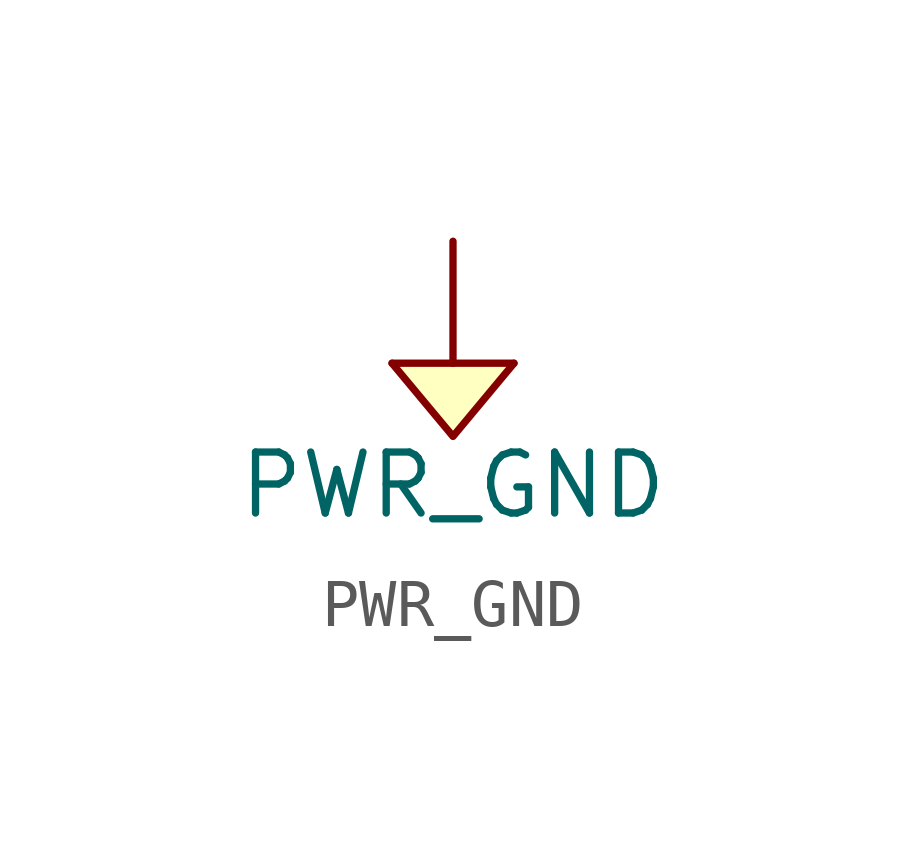
<source format=kicad_sym>
(kicad_symbol_lib
  (version 20231120)
  (generator "kicad_symbol_editor")
  (generator_version "8.0")
  (symbol "PWR_GND"
    (power)
    (pin_numbers hide)
    (pin_names
      (offset 0) hide)
    (property "Reference" "#PWR"
      (at 0 -4.318 0)
      (effects (font (size 1.27 1.27)) (hide yes)))
    (property "Value" "PWR_GND"
      (at 0 -2.54 0)
      (effects (font (size 1.27 1.27))))
    (property "Footprint" ""
      (at 0 2.54 0)
      (effects (font (size 1.524 1.524))))
    (property "Datasheet" ""
      (at -0.508 -2.286 0)
      (effects (font (size 1.524 1.524))))
    (symbol "PWR_GND_0_1"
      (polyline (pts (xy 0 0) (xy 1.27 0)) (stroke (width 0) (type default)) (fill (type none)))
      (polyline (pts (xy -1.27 0) (xy 0 -1.524) (xy 1.27 0)) (stroke (width 0) (type default)) (fill (type background)))
      (polyline (pts (xy 0 2.54) (xy 0 0) (xy -1.27 0)) (stroke (width 0) (type default)) (fill (type none))))
    (symbol "PWR_GND_1_1"
      (pin power_in line (at 0 2.54 90) (length 0) hide (name "PWR_GND" (effects (font (size 1.27 1.27)))) (number "1" (effects (font (size 1.27 1.27))))))))
</source>
